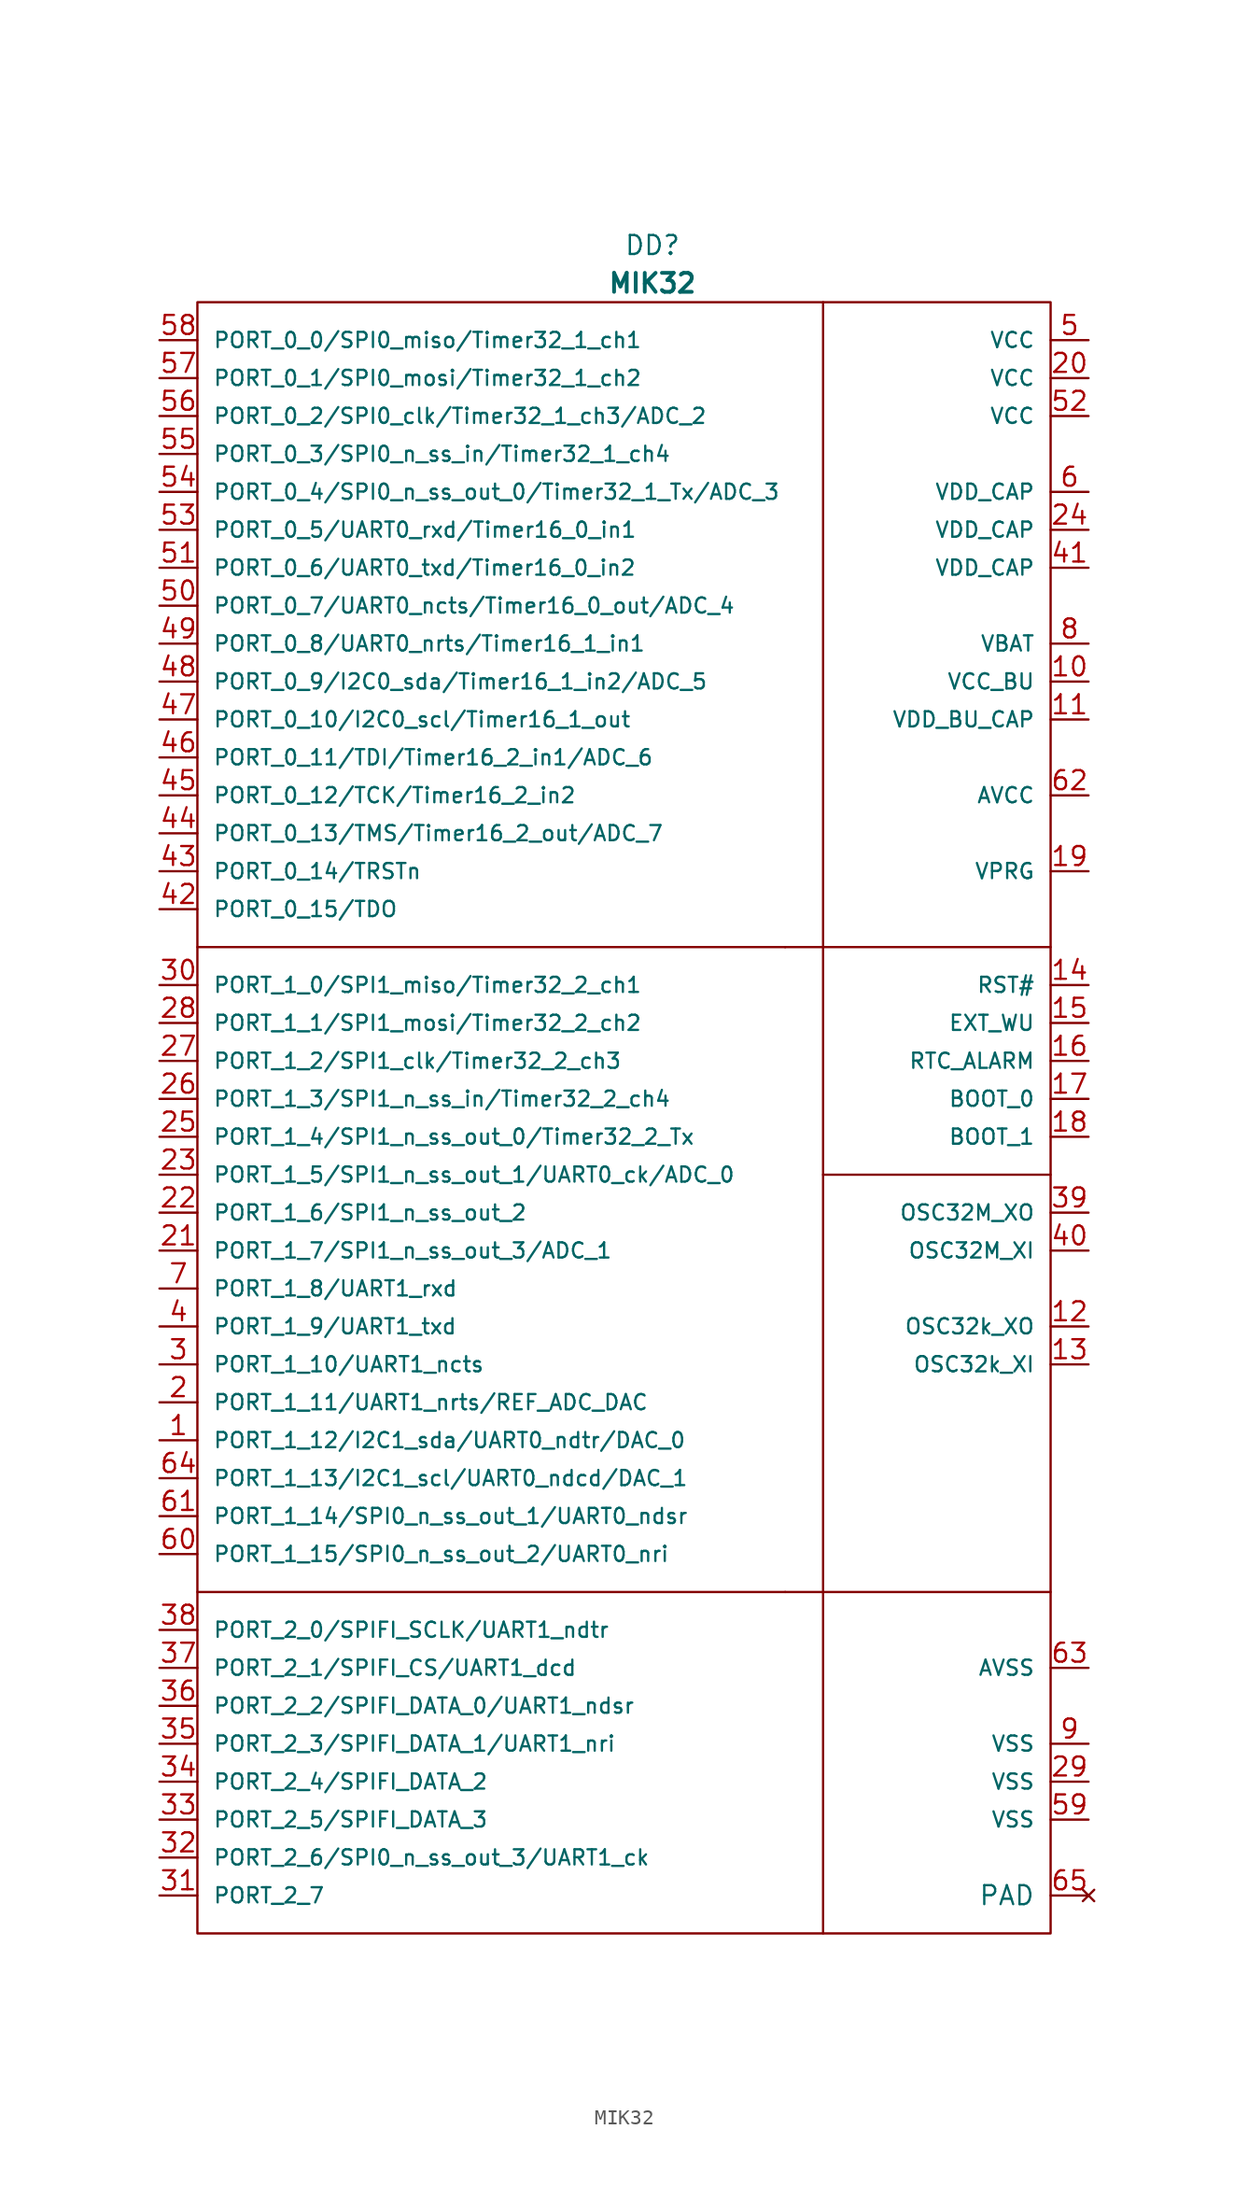
<source format=kicad_sym>
(kicad_symbol_lib
  (version 20241209)
  (generator "kicad_symbol_editor")
  (generator_version "9.0")
  (symbol "MIK32"
    (pin_names
      (offset 1.016))
    (property "Reference" "DD"
      (at 30.48 3.81 0)
      (effects (font (size 1.27 1.27))))
    (property "Value" "MIK32"
      (at 30.48 1.27 0)
      (effects (font (size 1.27 1.27) (bold yes))))
    (symbol "MIK32_0_0"
      (pin bidirectional line (at -2.54 -5.08 0) (length 2.54) (name "PORT_0_1/SPI0_mosi/Timer32_1_ch2" (effects (font (size 1.016 1.016)))) (number "57" (effects (font (size 1.27 1.27)))))
      (pin bidirectional line (at -2.54 -12.7 0) (length 2.54) (name "PORT_0_4/SPI0_n_ss_out_0/Timer32_1_Tx/ADC_3" (effects (font (size 1.016 1.016)))) (number "54" (effects (font (size 1.27 1.27)))))
      (pin bidirectional line (at -2.54 -15.24 0) (length 2.54) (name "PORT_0_5/UART0_rxd/Timer16_0_in1" (effects (font (size 1.016 1.016)))) (number "53" (effects (font (size 1.27 1.27)))))
      (pin bidirectional line (at -2.54 -17.78 0) (length 2.54) (name "PORT_0_6/UART0_txd/Timer16_0_in2" (effects (font (size 1.016 1.016)))) (number "51" (effects (font (size 1.27 1.27)))))
      (pin bidirectional line (at -2.54 -20.32 0) (length 2.54) (name "PORT_0_7/UART0_ncts/Timer16_0_out/ADC_4" (effects (font (size 1.016 1.016)))) (number "50" (effects (font (size 1.27 1.27)))))
      (pin bidirectional line (at -2.54 -22.86 0) (length 2.54) (name "PORT_0_8/UART0_nrts/Timer16_1_in1" (effects (font (size 1.016 1.016)))) (number "49" (effects (font (size 1.27 1.27)))))
      (pin bidirectional line (at -2.54 -25.4 0) (length 2.54) (name "PORT_0_9/I2C0_sda/Timer16_1_in2/ADC_5" (effects (font (size 1.016 1.016)))) (number "48" (effects (font (size 1.27 1.27)))))
      (pin bidirectional line (at -2.54 -27.94 0) (length 2.54) (name "PORT_0_10/I2C0_scl/Timer16_1_out" (effects (font (size 1.016 1.016)))) (number "47" (effects (font (size 1.27 1.27)))))
      (pin bidirectional line (at -2.54 -30.48 0) (length 2.54) (name "PORT_0_11/TDI/Timer16_2_in1/ADC_6" (effects (font (size 1.016 1.016)))) (number "46" (effects (font (size 1.27 1.27)))))
      (pin bidirectional line (at -2.54 -33.02 0) (length 2.54) (name "PORT_0_12/TCK/Timer16_2_in2" (effects (font (size 1.016 1.016)))) (number "45" (effects (font (size 1.27 1.27)))))
      (pin bidirectional line (at -2.54 -35.56 0) (length 2.54) (name "PORT_0_13/TMS/Timer16_2_out/ADC_7" (effects (font (size 1.016 1.016)))) (number "44" (effects (font (size 1.27 1.27)))))
      (pin bidirectional line (at -2.54 -38.1 0) (length 2.54) (name "PORT_0_14/TRSTn" (effects (font (size 1.016 1.016)))) (number "43" (effects (font (size 1.27 1.27)))))
      (pin bidirectional line (at -2.54 -40.64 0) (length 2.54) (name "PORT_0_15/TDO" (effects (font (size 1.016 1.016)))) (number "42" (effects (font (size 1.27 1.27)))))
      (pin bidirectional line (at -2.54 -45.72 0) (length 2.54) (name "PORT_1_0/SPI1_miso/Timer32_2_ch1" (effects (font (size 1.016 1.016)))) (number "30" (effects (font (size 1.27 1.27)))))
      (pin bidirectional line (at -2.54 -48.26 0) (length 2.54) (name "PORT_1_1/SPI1_mosi/Timer32_2_ch2" (effects (font (size 1.016 1.016)))) (number "28" (effects (font (size 1.27 1.27)))))
      (pin bidirectional line (at -2.54 -50.8 0) (length 2.54) (name "PORT_1_2/SPI1_clk/Timer32_2_ch3" (effects (font (size 1.016 1.016)))) (number "27" (effects (font (size 1.27 1.27)))))
      (pin bidirectional line (at -2.54 -53.34 0) (length 2.54) (name "PORT_1_3/SPI1_n_ss_in/Timer32_2_ch4" (effects (font (size 1.016 1.016)))) (number "26" (effects (font (size 1.27 1.27)))))
      (pin bidirectional line (at -2.54 -55.88 0) (length 2.54) (name "PORT_1_4/SPI1_n_ss_out_0/Timer32_2_Tx" (effects (font (size 1.016 1.016)))) (number "25" (effects (font (size 1.27 1.27)))))
      (pin bidirectional line (at -2.54 -58.42 0) (length 2.54) (name "PORT_1_5/SPI1_n_ss_out_1/UART0_ck/ADC_0" (effects (font (size 1.016 1.016)))) (number "23" (effects (font (size 1.27 1.27)))))
      (pin bidirectional line (at -2.54 -66.04 0) (length 2.54) (name "PORT_1_8/UART1_rxd" (effects (font (size 1.016 1.016)))) (number "7" (effects (font (size 1.27 1.27)))))
      (pin bidirectional line (at -2.54 -68.58 0) (length 2.54) (name "PORT_1_9/UART1_txd" (effects (font (size 1.016 1.016)))) (number "4" (effects (font (size 1.27 1.27)))))
      (pin bidirectional line (at -2.54 -71.12 0) (length 2.54) (name "PORT_1_10/UART1_ncts" (effects (font (size 1.016 1.016)))) (number "3" (effects (font (size 1.27 1.27)))))
      (pin bidirectional line (at -2.54 -76.2 0) (length 2.54) (name "PORT_1_12/I2C1_sda/UART0_ndtr/DAC_0" (effects (font (size 1.016 1.016)))) (number "1" (effects (font (size 1.27 1.27)))))
      (pin bidirectional line (at -2.54 -78.74 0) (length 2.54) (name "PORT_1_13/I2C1_scl/UART0_ndcd/DAC_1" (effects (font (size 1.016 1.016)))) (number "64" (effects (font (size 1.27 1.27)))))
      (pin bidirectional line (at -2.54 -81.28 0) (length 2.54) (name "PORT_1_14/SPI0_n_ss_out_1/UART0_ndsr" (effects (font (size 1.016 1.016)))) (number "61" (effects (font (size 1.27 1.27)))))
      (pin bidirectional line (at -2.54 -83.82 0) (length 2.54) (name "PORT_1_15/SPI0_n_ss_out_2/UART0_nri" (effects (font (size 1.016 1.016)))) (number "60" (effects (font (size 1.27 1.27)))))
      (pin bidirectional line (at -2.54 -88.9 0) (length 2.54) (name "PORT_2_0/SPIFI_SCLK/UART1_ndtr" (effects (font (size 1.016 1.016)))) (number "38" (effects (font (size 1.27 1.27)))))
      (pin bidirectional line (at -2.54 -91.44 0) (length 2.54) (name "PORT_2_1/SPIFI_CS/UART1_dcd" (effects (font (size 1.016 1.016)))) (number "37" (effects (font (size 1.27 1.27)))))
      (pin bidirectional line (at -2.54 -93.98 0) (length 2.54) (name "PORT_2_2/SPIFI_DATA_0/UART1_ndsr" (effects (font (size 1.016 1.016)))) (number "36" (effects (font (size 1.27 1.27)))))
      (pin bidirectional line (at -2.54 -96.52 0) (length 2.54) (name "PORT_2_3/SPIFI_DATA_1/UART1_nri" (effects (font (size 1.016 1.016)))) (number "35" (effects (font (size 1.27 1.27)))))
      (pin bidirectional line (at -2.54 -99.06 0) (length 2.54) (name "PORT_2_4/SPIFI_DATA_2" (effects (font (size 1.016 1.016)))) (number "34" (effects (font (size 1.27 1.27)))))
      (pin bidirectional line (at -2.54 -101.6 0) (length 2.54) (name "PORT_2_5/SPIFI_DATA_3" (effects (font (size 1.016 1.016)))) (number "33" (effects (font (size 1.27 1.27)))))
      (pin bidirectional line (at -2.54 -104.14 0) (length 2.54) (name "PORT_2_6/SPI0_n_ss_out_3/UART1_ck" (effects (font (size 1.016 1.016)))) (number "32" (effects (font (size 1.27 1.27)))))
      (pin power_in line (at 59.69 -2.54 180) (length 2.54) (name "VCC" (effects (font (size 1.016 1.016)))) (number "5" (effects (font (size 1.27 1.27)))))
      (pin power_in line (at 59.69 -5.08 180) (length 2.54) (name "VCC" (effects (font (size 1.016 1.016)))) (number "20" (effects (font (size 1.27 1.27)))))
      (pin power_in line (at 59.69 -7.62 180) (length 2.54) (name "VCC" (effects (font (size 1.016 1.016)))) (number "52" (effects (font (size 1.27 1.27)))))
      (pin power_in line (at 59.69 -22.86 180) (length 2.54) (name "VBAT" (effects (font (size 1.016 1.016)))) (number "8" (effects (font (size 1.27 1.27)))))
      (pin power_in line (at 59.69 -25.4 180) (length 2.54) (name "VCC_BU" (effects (font (size 1.016 1.016)))) (number "10" (effects (font (size 1.27 1.27)))))
      (pin power_in line (at 59.69 -33.02 180) (length 2.54) (name "AVCC" (effects (font (size 1.016 1.016)))) (number "62" (effects (font (size 1.27 1.27)))))
      (pin power_in line (at 59.69 -38.1 180) (length 2.54) (name "VPRG" (effects (font (size 1.016 1.016)))) (number "19" (effects (font (size 1.27 1.27)))))
      (pin input line (at 59.69 -45.72 180) (length 2.54) (name "RST#" (effects (font (size 1.016 1.016)))) (number "14" (effects (font (size 1.27 1.27)))))
      (pin input line (at 59.69 -48.26 180) (length 2.54) (name "EXT_WU" (effects (font (size 1.016 1.016)))) (number "15" (effects (font (size 1.27 1.27)))))
      (pin output line (at 59.69 -50.8 180) (length 2.54) (name "RTC_ALARM" (effects (font (size 1.016 1.016)))) (number "16" (effects (font (size 1.27 1.27)))))
      (pin input line (at 59.69 -53.34 180) (length 2.54) (name "BOOT_0" (effects (font (size 1.016 1.016)))) (number "17" (effects (font (size 1.27 1.27)))))
      (pin input line (at 59.69 -55.88 180) (length 2.54) (name "BOOT_1" (effects (font (size 1.016 1.016)))) (number "18" (effects (font (size 1.27 1.27)))))
      (pin output line (at 59.69 -60.96 180) (length 2.54) (name "OSC32M_XO" (effects (font (size 1.016 1.016)))) (number "39" (effects (font (size 1.27 1.27)))))
      (pin input line (at 59.69 -63.5 180) (length 2.54) (name "OSC32M_XI" (effects (font (size 1.016 1.016)))) (number "40" (effects (font (size 1.27 1.27)))))
      (pin output line (at 59.69 -68.58 180) (length 2.54) (name "OSC32k_XO" (effects (font (size 1.016 1.016)))) (number "12" (effects (font (size 1.27 1.27)))))
      (pin input line (at 59.69 -71.12 180) (length 2.54) (name "OSC32k_XI" (effects (font (size 1.016 1.016)))) (number "13" (effects (font (size 1.27 1.27)))))
      (pin power_out line (at 59.69 -91.44 180) (length 2.54) (name "AVSS" (effects (font (size 1.016 1.016)))) (number "63" (effects (font (size 1.27 1.27)))))
      (pin power_out line (at 59.69 -96.52 180) (length 2.54) (name "VSS" (effects (font (size 1.016 1.016)))) (number "9" (effects (font (size 1.27 1.27)))))
      (pin power_out line (at 59.69 -99.06 180) (length 2.54) (name "VSS" (effects (font (size 1.016 1.016)))) (number "29" (effects (font (size 1.27 1.27)))))
      (pin power_out line (at 59.69 -101.6 180) (length 2.54) (name "VSS" (effects (font (size 1.016 1.016)))) (number "59" (effects (font (size 1.27 1.27))))))
    (symbol "MIK32_0_1"
      (rectangle (start 0 0) (end 57.15 -109.22) (stroke (width 0) (type default)) (fill (type none)))
      (polyline (pts (xy 0 -43.18) (xy 39.37 -43.18)) (stroke (width 0) (type default)) (fill (type none)))
      (polyline (pts (xy 0 -86.36) (xy 39.37 -86.36)) (stroke (width 0) (type default)) (fill (type none)))
      (polyline (pts (xy 41.91 0) (xy 41.91 -109.22)) (stroke (width 0) (type default)) (fill (type none)))
      (polyline (pts (xy 57.15 -43.18) (xy 39.37 -43.18)) (stroke (width 0) (type default)) (fill (type none)))
      (polyline (pts (xy 57.15 -58.42) (xy 41.91 -58.42)) (stroke (width 0) (type default)) (fill (type none)))
      (polyline (pts (xy 57.15 -86.36) (xy 39.37 -86.36)) (stroke (width 0) (type default)) (fill (type none))))
    (symbol "MIK32_1_0"
      (pin bidirectional line (at -2.54 -2.54 0) (length 2.54) (name "PORT_0_0/SPI0_miso/Timer32_1_ch1" (effects (font (size 1.016 1.016)))) (number "58" (effects (font (size 1.27 1.27)))))
      (pin bidirectional line (at -2.54 -7.62 0) (length 2.54) (name "PORT_0_2/SPI0_clk/Timer32_1_ch3/ADC_2" (effects (font (size 1.016 1.016)))) (number "56" (effects (font (size 1.27 1.27)))))
      (pin bidirectional line (at -2.54 -10.16 0) (length 2.54) (name "PORT_0_3/SPI0_n_ss_in/Timer32_1_ch4" (effects (font (size 1.016 1.016)))) (number "55" (effects (font (size 1.27 1.27)))))
      (pin bidirectional line (at -2.54 -60.96 0) (length 2.54) (name "PORT_1_6/SPI1_n_ss_out_2" (effects (font (size 1.016 1.016)))) (number "22" (effects (font (size 1.27 1.27)))))
      (pin bidirectional line (at -2.54 -63.5 0) (length 2.54) (name "PORT_1_7/SPI1_n_ss_out_3/ADC_1" (effects (font (size 1.016 1.016)))) (number "21" (effects (font (size 1.27 1.27)))))
      (pin bidirectional line (at -2.54 -73.66 0) (length 2.54) (name "PORT_1_11/UART1_nrts/REF_ADC_DAC" (effects (font (size 1.016 1.016)))) (number "2" (effects (font (size 1.27 1.27)))))
      (pin bidirectional line (at -2.54 -106.68 0) (length 2.54) (name "PORT_2_7" (effects (font (size 1.016 1.016)))) (number "31" (effects (font (size 1.27 1.27)))))
      (pin power_out line (at 59.69 -12.7 180) (length 2.54) (name "VDD_CAP" (effects (font (size 1.016 1.016)))) (number "6" (effects (font (size 1.27 1.27)))))
      (pin power_out line (at 59.69 -15.24 180) (length 2.54) (name "VDD_CAP" (effects (font (size 1.016 1.016)))) (number "24" (effects (font (size 1.27 1.27)))))
      (pin power_in line (at 59.69 -17.78 180) (length 2.54) (name "VDD_CAP" (effects (font (size 1.016 1.016)))) (number "41" (effects (font (size 1.27 1.27)))))
      (pin power_out line (at 59.69 -27.94 180) (length 2.54) (name "VDD_BU_CAP" (effects (font (size 1.016 1.016)))) (number "11" (effects (font (size 1.27 1.27))))))
    (symbol "MIK32_1_1"
      (pin no_connect line (at 59.69 -106.68 180) (length 2.54) (name "PAD" (effects (font (size 1.27 1.27)))) (number "65" (effects (font (size 1.27 1.27))))))))
</source>
